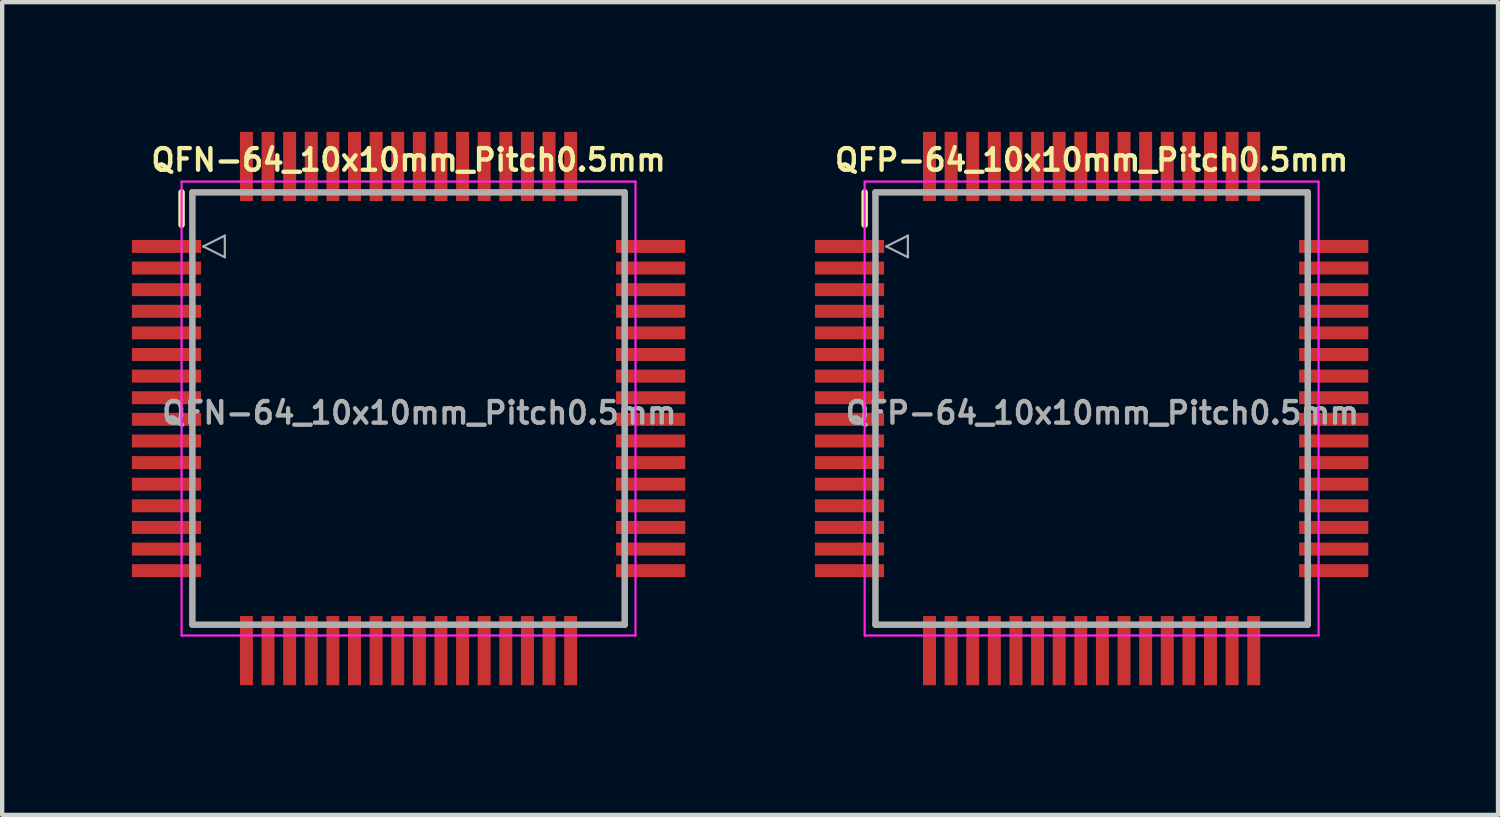
<source format=kicad_pcb>
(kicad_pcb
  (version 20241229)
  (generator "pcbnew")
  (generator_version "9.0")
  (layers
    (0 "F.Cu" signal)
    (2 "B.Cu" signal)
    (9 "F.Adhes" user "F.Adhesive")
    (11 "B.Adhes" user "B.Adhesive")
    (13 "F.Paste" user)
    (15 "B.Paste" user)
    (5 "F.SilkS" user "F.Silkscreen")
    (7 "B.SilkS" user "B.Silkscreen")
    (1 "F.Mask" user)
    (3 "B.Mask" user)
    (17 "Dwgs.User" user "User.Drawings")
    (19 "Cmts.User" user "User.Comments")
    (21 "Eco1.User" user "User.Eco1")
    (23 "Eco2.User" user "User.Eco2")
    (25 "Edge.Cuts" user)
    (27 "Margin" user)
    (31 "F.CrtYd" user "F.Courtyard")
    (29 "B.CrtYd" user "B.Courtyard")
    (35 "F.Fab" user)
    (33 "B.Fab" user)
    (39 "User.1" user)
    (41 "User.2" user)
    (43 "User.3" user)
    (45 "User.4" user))
  (footprint "QFP-64_10x10mm_Pitch0.5mm"
    (layer "F.Cu")
    (at 22.2 6.4)
    (property "Reference" "QFP-64_10x10mm_Pitch0.5mm" (at 0 -5.75 0) (layer "F.SilkS") (effects (font (size 0.5 0.5) (thickness 0.1))))
    (attr smd)
    (fp_line (start -5.25 -4.25) (end -5.25 -5) (stroke (width 0.15) (type solid)) (layer "F.SilkS"))
    (fp_line (start -5.25 -5.25) (end -5.25 5.25) (stroke (width 0.05) (type solid)) (layer "F.CrtYd"))
    (fp_line (start -5.25 -5.25) (end 5.25 -5.25) (stroke (width 0.05) (type solid)) (layer "F.CrtYd"))
    (fp_line (start -5.25 5.25) (end 5.25 5.25) (stroke (width 0.05) (type solid)) (layer "F.CrtYd"))
    (fp_line (start 5.25 -5.25) (end 5.25 5.25) (stroke (width 0.05) (type solid)) (layer "F.CrtYd"))
    (fp_line (start -5 -5) (end -5 5) (stroke (width 0.15) (type solid)) (layer "F.Fab"))
    (fp_line (start -5 5) (end 5 5) (stroke (width 0.15) (type solid)) (layer "F.Fab"))
    (fp_line (start -4.75 -3.75) (end -4.25 -4) (stroke (width 0.05) (type solid)) (layer "F.Fab"))
    (fp_line (start -4.25 -4) (end -4.25 -3.5) (stroke (width 0.05) (type solid)) (layer "F.Fab"))
    (fp_line (start -4.25 -3.5) (end -4.75 -3.75) (stroke (width 0.05) (type solid)) (layer "F.Fab"))
    (fp_line (start 5 -5) (end -5 -5) (stroke (width 0.15) (type solid)) (layer "F.Fab"))
    (fp_line (start 5 5) (end 5 -5) (stroke (width 0.15) (type solid)) (layer "F.Fab"))
    (fp_text user "${REFERENCE}" (at 0.25 0.1 0) (layer "F.Fab") (effects (font (size 0.5 0.5) (thickness 0.1))))
    (pad "1" smd rect (at -5.6 -3.75) (size 1.6 0.3) (layers "F.Cu" "F.Mask" "F.Paste"))
    (pad "2" smd rect (at -5.6 -3.25) (size 1.6 0.3) (layers "F.Cu" "F.Mask" "F.Paste"))
    (pad "3" smd rect (at -5.6 -2.75) (size 1.6 0.3) (layers "F.Cu" "F.Mask" "F.Paste"))
    (pad "4" smd rect (at -5.6 -2.25) (size 1.6 0.3) (layers "F.Cu" "F.Mask" "F.Paste"))
    (pad "5" smd rect (at -5.6 -1.75) (size 1.6 0.3) (layers "F.Cu" "F.Mask" "F.Paste"))
    (pad "6" smd rect (at -5.6 -1.25) (size 1.6 0.3) (layers "F.Cu" "F.Mask" "F.Paste"))
    (pad "7" smd rect (at -5.6 -0.75) (size 1.6 0.3) (layers "F.Cu" "F.Mask" "F.Paste"))
    (pad "8" smd rect (at -5.6 -0.25) (size 1.6 0.3) (layers "F.Cu" "F.Mask" "F.Paste"))
    (pad "9" smd rect (at -5.6 0.25) (size 1.6 0.3) (layers "F.Cu" "F.Mask" "F.Paste"))
    (pad "10" smd rect (at -5.6 0.75) (size 1.6 0.3) (layers "F.Cu" "F.Mask" "F.Paste"))
    (pad "11" smd rect (at -5.6 1.25) (size 1.6 0.3) (layers "F.Cu" "F.Mask" "F.Paste"))
    (pad "12" smd rect (at -5.6 1.75) (size 1.6 0.3) (layers "F.Cu" "F.Mask" "F.Paste"))
    (pad "13" smd rect (at -5.6 2.25) (size 1.6 0.3) (layers "F.Cu" "F.Mask" "F.Paste"))
    (pad "14" smd rect (at -5.6 2.75) (size 1.6 0.3) (layers "F.Cu" "F.Mask" "F.Paste"))
    (pad "15" smd rect (at -5.6 3.25) (size 1.6 0.3) (layers "F.Cu" "F.Mask" "F.Paste"))
    (pad "16" smd rect (at -5.6 3.75) (size 1.6 0.3) (layers "F.Cu" "F.Mask" "F.Paste"))
    (pad "17" smd rect (at -3.75 5.6) (size 0.3 1.6) (layers "F.Cu" "F.Mask" "F.Paste"))
    (pad "18" smd rect (at -3.25 5.6) (size 0.3 1.6) (layers "F.Cu" "F.Mask" "F.Paste"))
    (pad "19" smd rect (at -2.75 5.6) (size 0.3 1.6) (layers "F.Cu" "F.Mask" "F.Paste"))
    (pad "20" smd rect (at -2.25 5.6) (size 0.3 1.6) (layers "F.Cu" "F.Mask" "F.Paste"))
    (pad "21" smd rect (at -1.75 5.6) (size 0.3 1.6) (layers "F.Cu" "F.Mask" "F.Paste"))
    (pad "22" smd rect (at -1.25 5.6) (size 0.3 1.6) (layers "F.Cu" "F.Mask" "F.Paste"))
    (pad "23" smd rect (at -0.75 5.6) (size 0.3 1.6) (layers "F.Cu" "F.Mask" "F.Paste"))
    (pad "24" smd rect (at -0.25 5.6) (size 0.3 1.6) (layers "F.Cu" "F.Mask" "F.Paste"))
    (pad "25" smd rect (at 0.25 5.6) (size 0.3 1.6) (layers "F.Cu" "F.Mask" "F.Paste"))
    (pad "26" smd rect (at 0.75 5.6) (size 0.3 1.6) (layers "F.Cu" "F.Mask" "F.Paste"))
    (pad "27" smd rect (at 1.25 5.6) (size 0.3 1.6) (layers "F.Cu" "F.Mask" "F.Paste"))
    (pad "28" smd rect (at 1.75 5.6) (size 0.3 1.6) (layers "F.Cu" "F.Mask" "F.Paste"))
    (pad "29" smd rect (at 2.25 5.6) (size 0.3 1.6) (layers "F.Cu" "F.Mask" "F.Paste"))
    (pad "30" smd rect (at 2.75 5.6) (size 0.3 1.6) (layers "F.Cu" "F.Mask" "F.Paste"))
    (pad "31" smd rect (at 3.25 5.6) (size 0.3 1.6) (layers "F.Cu" "F.Mask" "F.Paste"))
    (pad "32" smd rect (at 3.75 5.6) (size 0.3 1.6) (layers "F.Cu" "F.Mask" "F.Paste"))
    (pad "33" smd rect (at 5.6 3.75) (size 1.6 0.3) (layers "F.Cu" "F.Mask" "F.Paste"))
    (pad "34" smd rect (at 5.6 3.25) (size 1.6 0.3) (layers "F.Cu" "F.Mask" "F.Paste"))
    (pad "35" smd rect (at 5.6 2.75) (size 1.6 0.3) (layers "F.Cu" "F.Mask" "F.Paste"))
    (pad "36" smd rect (at 5.6 2.25) (size 1.6 0.3) (layers "F.Cu" "F.Mask" "F.Paste"))
    (pad "37" smd rect (at 5.6 1.75) (size 1.6 0.3) (layers "F.Cu" "F.Mask" "F.Paste"))
    (pad "38" smd rect (at 5.6 1.25) (size 1.6 0.3) (layers "F.Cu" "F.Mask" "F.Paste"))
    (pad "39" smd rect (at 5.6 0.75) (size 1.6 0.3) (layers "F.Cu" "F.Mask" "F.Paste"))
    (pad "40" smd rect (at 5.6 0.25) (size 1.6 0.3) (layers "F.Cu" "F.Mask" "F.Paste"))
    (pad "41" smd rect (at 5.6 -0.25) (size 1.6 0.3) (layers "F.Cu" "F.Mask" "F.Paste"))
    (pad "42" smd rect (at 5.6 -0.75) (size 1.6 0.3) (layers "F.Cu" "F.Mask" "F.Paste"))
    (pad "43" smd rect (at 5.6 -1.25) (size 1.6 0.3) (layers "F.Cu" "F.Mask" "F.Paste"))
    (pad "44" smd rect (at 5.6 -1.75) (size 1.6 0.3) (layers "F.Cu" "F.Mask" "F.Paste"))
    (pad "45" smd rect (at 5.6 -2.25) (size 1.6 0.3) (layers "F.Cu" "F.Mask" "F.Paste"))
    (pad "46" smd rect (at 5.6 -2.75) (size 1.6 0.3) (layers "F.Cu" "F.Mask" "F.Paste"))
    (pad "47" smd rect (at 5.6 -3.25) (size 1.6 0.3) (layers "F.Cu" "F.Mask" "F.Paste"))
    (pad "48" smd rect (at 5.6 -3.75) (size 1.6 0.3) (layers "F.Cu" "F.Mask" "F.Paste"))
    (pad "49" smd rect (at 3.75 -5.6) (size 0.3 1.6) (layers "F.Cu" "F.Mask" "F.Paste"))
    (pad "50" smd rect (at 3.25 -5.6) (size 0.3 1.6) (layers "F.Cu" "F.Mask" "F.Paste"))
    (pad "51" smd rect (at 2.75 -5.6) (size 0.3 1.6) (layers "F.Cu" "F.Mask" "F.Paste"))
    (pad "52" smd rect (at 2.25 -5.6) (size 0.3 1.6) (layers "F.Cu" "F.Mask" "F.Paste"))
    (pad "53" smd rect (at 1.75 -5.6) (size 0.3 1.6) (layers "F.Cu" "F.Mask" "F.Paste"))
    (pad "54" smd rect (at 1.25 -5.6) (size 0.3 1.6) (layers "F.Cu" "F.Mask" "F.Paste"))
    (pad "55" smd rect (at 0.75 -5.6) (size 0.3 1.6) (layers "F.Cu" "F.Mask" "F.Paste"))
    (pad "56" smd rect (at 0.25 -5.6) (size 0.3 1.6) (layers "F.Cu" "F.Mask" "F.Paste"))
    (pad "57" smd rect (at -0.25 -5.6) (size 0.3 1.6) (layers "F.Cu" "F.Mask" "F.Paste"))
    (pad "58" smd rect (at -0.75 -5.6) (size 0.3 1.6) (layers "F.Cu" "F.Mask" "F.Paste"))
    (pad "59" smd rect (at -1.25 -5.6) (size 0.3 1.6) (layers "F.Cu" "F.Mask" "F.Paste"))
    (pad "60" smd rect (at -1.75 -5.6) (size 0.3 1.6) (layers "F.Cu" "F.Mask" "F.Paste"))
    (pad "61" smd rect (at -2.25 -5.6) (size 0.3 1.6) (layers "F.Cu" "F.Mask" "F.Paste"))
    (pad "62" smd rect (at -2.75 -5.6) (size 0.3 1.6) (layers "F.Cu" "F.Mask" "F.Paste"))
    (pad "63" smd rect (at -3.25 -5.6) (size 0.3 1.6) (layers "F.Cu" "F.Mask" "F.Paste"))
    (pad "64" smd rect (at -3.75 -5.6) (size 0.3 1.6) (layers "F.Cu" "F.Mask" "F.Paste")))
  (footprint "QFN-64_10x10mm_Pitch0.5mm"
    (layer "F.Cu")
    (at 6.4 6.4)
    (property "Reference" "QFN-64_10x10mm_Pitch0.5mm" (at 0 -5.75 0) (layer "F.SilkS") (effects (font (size 0.5 0.5) (thickness 0.1))))
    (attr smd)
    (fp_line (start -5.25 -4.25) (end -5.25 -5) (stroke (width 0.15) (type solid)) (layer "F.SilkS"))
    (fp_line (start -5.25 -5.25) (end -5.25 5.25) (stroke (width 0.05) (type solid)) (layer "F.CrtYd"))
    (fp_line (start -5.25 -5.25) (end 5.25 -5.25) (stroke (width 0.05) (type solid)) (layer "F.CrtYd"))
    (fp_line (start -5.25 5.25) (end 5.25 5.25) (stroke (width 0.05) (type solid)) (layer "F.CrtYd"))
    (fp_line (start 5.25 -5.25) (end 5.25 5.25) (stroke (width 0.05) (type solid)) (layer "F.CrtYd"))
    (fp_line (start -5 -5) (end -5 5) (stroke (width 0.15) (type solid)) (layer "F.Fab"))
    (fp_line (start -5 5) (end 5 5) (stroke (width 0.15) (type solid)) (layer "F.Fab"))
    (fp_line (start -4.75 -3.75) (end -4.25 -4) (stroke (width 0.05) (type solid)) (layer "F.Fab"))
    (fp_line (start -4.25 -4) (end -4.25 -3.5) (stroke (width 0.05) (type solid)) (layer "F.Fab"))
    (fp_line (start -4.25 -3.5) (end -4.75 -3.75) (stroke (width 0.05) (type solid)) (layer "F.Fab"))
    (fp_line (start 5 -5) (end -5 -5) (stroke (width 0.15) (type solid)) (layer "F.Fab"))
    (fp_line (start 5 5) (end 5 -5) (stroke (width 0.15) (type solid)) (layer "F.Fab"))
    (fp_text user "${REFERENCE}" (at 0.25 0.1 0) (layer "F.Fab") (effects (font (size 0.5 0.5) (thickness 0.1))))
    (pad "1" smd rect (at -5.6 -3.75) (size 1.6 0.3) (layers "F.Cu" "F.Mask" "F.Paste"))
    (pad "2" smd rect (at -5.6 -3.25) (size 1.6 0.3) (layers "F.Cu" "F.Mask" "F.Paste"))
    (pad "3" smd rect (at -5.6 -2.75) (size 1.6 0.3) (layers "F.Cu" "F.Mask" "F.Paste"))
    (pad "4" smd rect (at -5.6 -2.25) (size 1.6 0.3) (layers "F.Cu" "F.Mask" "F.Paste"))
    (pad "5" smd rect (at -5.6 -1.75) (size 1.6 0.3) (layers "F.Cu" "F.Mask" "F.Paste"))
    (pad "6" smd rect (at -5.6 -1.25) (size 1.6 0.3) (layers "F.Cu" "F.Mask" "F.Paste"))
    (pad "7" smd rect (at -5.6 -0.75) (size 1.6 0.3) (layers "F.Cu" "F.Mask" "F.Paste"))
    (pad "8" smd rect (at -5.6 -0.25) (size 1.6 0.3) (layers "F.Cu" "F.Mask" "F.Paste"))
    (pad "9" smd rect (at -5.6 0.25) (size 1.6 0.3) (layers "F.Cu" "F.Mask" "F.Paste"))
    (pad "10" smd rect (at -5.6 0.75) (size 1.6 0.3) (layers "F.Cu" "F.Mask" "F.Paste"))
    (pad "11" smd rect (at -5.6 1.25) (size 1.6 0.3) (layers "F.Cu" "F.Mask" "F.Paste"))
    (pad "12" smd rect (at -5.6 1.75) (size 1.6 0.3) (layers "F.Cu" "F.Mask" "F.Paste"))
    (pad "13" smd rect (at -5.6 2.25) (size 1.6 0.3) (layers "F.Cu" "F.Mask" "F.Paste"))
    (pad "14" smd rect (at -5.6 2.75) (size 1.6 0.3) (layers "F.Cu" "F.Mask" "F.Paste"))
    (pad "15" smd rect (at -5.6 3.25) (size 1.6 0.3) (layers "F.Cu" "F.Mask" "F.Paste"))
    (pad "16" smd rect (at -5.6 3.75) (size 1.6 0.3) (layers "F.Cu" "F.Mask" "F.Paste"))
    (pad "17" smd rect (at -3.75 5.6) (size 0.3 1.6) (layers "F.Cu" "F.Mask" "F.Paste"))
    (pad "18" smd rect (at -3.25 5.6) (size 0.3 1.6) (layers "F.Cu" "F.Mask" "F.Paste"))
    (pad "19" smd rect (at -2.75 5.6) (size 0.3 1.6) (layers "F.Cu" "F.Mask" "F.Paste"))
    (pad "20" smd rect (at -2.25 5.6) (size 0.3 1.6) (layers "F.Cu" "F.Mask" "F.Paste"))
    (pad "21" smd rect (at -1.75 5.6) (size 0.3 1.6) (layers "F.Cu" "F.Mask" "F.Paste"))
    (pad "22" smd rect (at -1.25 5.6) (size 0.3 1.6) (layers "F.Cu" "F.Mask" "F.Paste"))
    (pad "23" smd rect (at -0.75 5.6) (size 0.3 1.6) (layers "F.Cu" "F.Mask" "F.Paste"))
    (pad "24" smd rect (at -0.25 5.6) (size 0.3 1.6) (layers "F.Cu" "F.Mask" "F.Paste"))
    (pad "25" smd rect (at 0.25 5.6) (size 0.3 1.6) (layers "F.Cu" "F.Mask" "F.Paste"))
    (pad "26" smd rect (at 0.75 5.6) (size 0.3 1.6) (layers "F.Cu" "F.Mask" "F.Paste"))
    (pad "27" smd rect (at 1.25 5.6) (size 0.3 1.6) (layers "F.Cu" "F.Mask" "F.Paste"))
    (pad "28" smd rect (at 1.75 5.6) (size 0.3 1.6) (layers "F.Cu" "F.Mask" "F.Paste"))
    (pad "29" smd rect (at 2.25 5.6) (size 0.3 1.6) (layers "F.Cu" "F.Mask" "F.Paste"))
    (pad "30" smd rect (at 2.75 5.6) (size 0.3 1.6) (layers "F.Cu" "F.Mask" "F.Paste"))
    (pad "31" smd rect (at 3.25 5.6) (size 0.3 1.6) (layers "F.Cu" "F.Mask" "F.Paste"))
    (pad "32" smd rect (at 3.75 5.6) (size 0.3 1.6) (layers "F.Cu" "F.Mask" "F.Paste"))
    (pad "33" smd rect (at 5.6 3.75) (size 1.6 0.3) (layers "F.Cu" "F.Mask" "F.Paste"))
    (pad "34" smd rect (at 5.6 3.25) (size 1.6 0.3) (layers "F.Cu" "F.Mask" "F.Paste"))
    (pad "35" smd rect (at 5.6 2.75) (size 1.6 0.3) (layers "F.Cu" "F.Mask" "F.Paste"))
    (pad "36" smd rect (at 5.6 2.25) (size 1.6 0.3) (layers "F.Cu" "F.Mask" "F.Paste"))
    (pad "37" smd rect (at 5.6 1.75) (size 1.6 0.3) (layers "F.Cu" "F.Mask" "F.Paste"))
    (pad "38" smd rect (at 5.6 1.25) (size 1.6 0.3) (layers "F.Cu" "F.Mask" "F.Paste"))
    (pad "39" smd rect (at 5.6 0.75) (size 1.6 0.3) (layers "F.Cu" "F.Mask" "F.Paste"))
    (pad "40" smd rect (at 5.6 0.25) (size 1.6 0.3) (layers "F.Cu" "F.Mask" "F.Paste"))
    (pad "41" smd rect (at 5.6 -0.25) (size 1.6 0.3) (layers "F.Cu" "F.Mask" "F.Paste"))
    (pad "42" smd rect (at 5.6 -0.75) (size 1.6 0.3) (layers "F.Cu" "F.Mask" "F.Paste"))
    (pad "43" smd rect (at 5.6 -1.25) (size 1.6 0.3) (layers "F.Cu" "F.Mask" "F.Paste"))
    (pad "44" smd rect (at 5.6 -1.75) (size 1.6 0.3) (layers "F.Cu" "F.Mask" "F.Paste"))
    (pad "45" smd rect (at 5.6 -2.25) (size 1.6 0.3) (layers "F.Cu" "F.Mask" "F.Paste"))
    (pad "46" smd rect (at 5.6 -2.75) (size 1.6 0.3) (layers "F.Cu" "F.Mask" "F.Paste"))
    (pad "47" smd rect (at 5.6 -3.25) (size 1.6 0.3) (layers "F.Cu" "F.Mask" "F.Paste"))
    (pad "48" smd rect (at 5.6 -3.75) (size 1.6 0.3) (layers "F.Cu" "F.Mask" "F.Paste"))
    (pad "49" smd rect (at 3.75 -5.6) (size 0.3 1.6) (layers "F.Cu" "F.Mask" "F.Paste"))
    (pad "50" smd rect (at 3.25 -5.6) (size 0.3 1.6) (layers "F.Cu" "F.Mask" "F.Paste"))
    (pad "51" smd rect (at 2.75 -5.6) (size 0.3 1.6) (layers "F.Cu" "F.Mask" "F.Paste"))
    (pad "52" smd rect (at 2.25 -5.6) (size 0.3 1.6) (layers "F.Cu" "F.Mask" "F.Paste"))
    (pad "53" smd rect (at 1.75 -5.6) (size 0.3 1.6) (layers "F.Cu" "F.Mask" "F.Paste"))
    (pad "54" smd rect (at 1.25 -5.6) (size 0.3 1.6) (layers "F.Cu" "F.Mask" "F.Paste"))
    (pad "55" smd rect (at 0.75 -5.6) (size 0.3 1.6) (layers "F.Cu" "F.Mask" "F.Paste"))
    (pad "56" smd rect (at 0.25 -5.6) (size 0.3 1.6) (layers "F.Cu" "F.Mask" "F.Paste"))
    (pad "57" smd rect (at -0.25 -5.6) (size 0.3 1.6) (layers "F.Cu" "F.Mask" "F.Paste"))
    (pad "58" smd rect (at -0.75 -5.6) (size 0.3 1.6) (layers "F.Cu" "F.Mask" "F.Paste"))
    (pad "59" smd rect (at -1.25 -5.6) (size 0.3 1.6) (layers "F.Cu" "F.Mask" "F.Paste"))
    (pad "60" smd rect (at -1.75 -5.6) (size 0.3 1.6) (layers "F.Cu" "F.Mask" "F.Paste"))
    (pad "61" smd rect (at -2.25 -5.6) (size 0.3 1.6) (layers "F.Cu" "F.Mask" "F.Paste"))
    (pad "62" smd rect (at -2.75 -5.6) (size 0.3 1.6) (layers "F.Cu" "F.Mask" "F.Paste"))
    (pad "63" smd rect (at -3.25 -5.6) (size 0.3 1.6) (layers "F.Cu" "F.Mask" "F.Paste"))
    (pad "64" smd rect (at -3.75 -5.6) (size 0.3 1.6) (layers "F.Cu" "F.Mask" "F.Paste")))
  (gr_rect
    (start -3 -3)
    (end 31.6 15.8)
    (stroke (width 0.1) (type default))
    (fill no)
    (layer "Edge.Cuts")))
</source>
